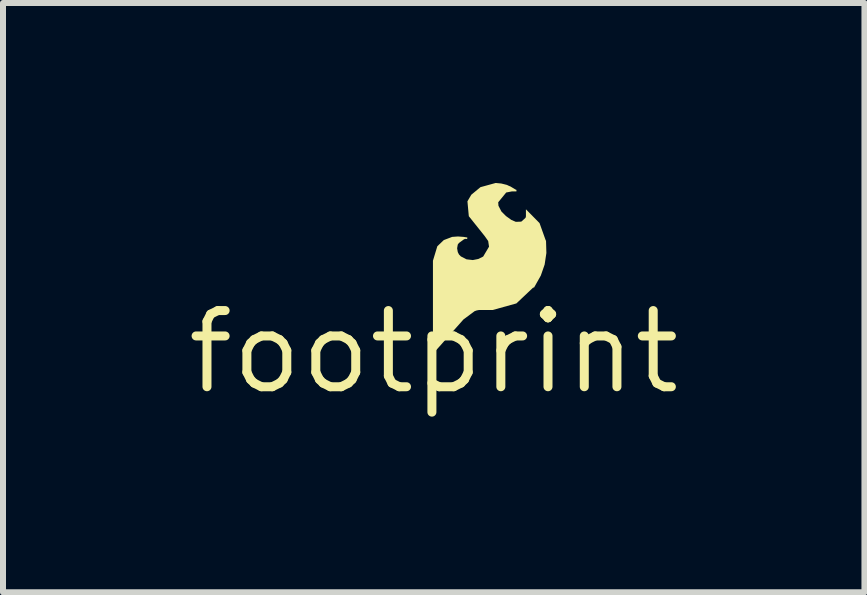
<source format=kicad_pcb>
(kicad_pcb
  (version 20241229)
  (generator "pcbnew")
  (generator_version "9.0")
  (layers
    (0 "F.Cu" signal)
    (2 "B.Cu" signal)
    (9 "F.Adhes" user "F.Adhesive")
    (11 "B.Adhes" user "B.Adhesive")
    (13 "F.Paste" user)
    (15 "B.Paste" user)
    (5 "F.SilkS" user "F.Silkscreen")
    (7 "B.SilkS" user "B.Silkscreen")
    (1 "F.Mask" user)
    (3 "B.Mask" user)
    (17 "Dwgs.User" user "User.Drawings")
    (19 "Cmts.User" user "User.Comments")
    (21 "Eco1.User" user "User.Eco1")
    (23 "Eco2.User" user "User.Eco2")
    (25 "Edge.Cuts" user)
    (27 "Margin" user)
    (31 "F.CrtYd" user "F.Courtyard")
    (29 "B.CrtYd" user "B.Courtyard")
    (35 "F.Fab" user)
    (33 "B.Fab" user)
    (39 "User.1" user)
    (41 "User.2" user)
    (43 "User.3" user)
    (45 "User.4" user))
  (footprint "footprint"
    (layer "F.Cu")
    (at 4.18 2.817)
    (property "Reference" "footprint" (at 0 0 0) (layer "F.SilkS") (effects (font (size 1.27 1.27) (thickness 0.15))))
    (fp_poly (pts (xy 1.126 -2.808) (xy 1.215 -2.786) (xy 1.228 -2.781) (xy 1.24 -2.775) (xy 1.257 -2.767) (xy 1.276 -2.76) (xy 1.372 -2.703) (xy 1.379 -2.703) (xy 1.379 -2.677) (xy 1.307 -2.677) (xy 1.208 -2.658) (xy 1.075 -2.495) (xy 1.079 -2.437) (xy 1.128 -2.342) (xy 1.205 -2.265) (xy 1.294 -2.201) (xy 1.369 -2.169) (xy 1.451 -2.172) (xy 1.459 -2.174) (xy 1.466 -2.177) (xy 1.531 -2.237) (xy 1.537 -2.26) (xy 1.537 -2.378) (xy 1.764 -2.148) (xy 1.868 -1.857) (xy 1.872 -1.857) (xy 1.878 -1.65) (xy 1.849 -1.457) (xy 1.785 -1.273) (xy 1.666 -1.062) (xy 1.666 -1.081) (xy 1.378 -0.809) (xy 0.982 -0.699) (xy 0.753 -0.699) (xy 0.716 -0.692) (xy 0.682 -0.68) (xy 0.496 -0.542) (xy -0.013 0.031) (xy -0.013 -1.521) (xy 0.06 -1.762) (xy 0.168 -1.865) (xy 0.307 -1.918) (xy 0.404 -1.925) (xy 0.499 -1.918) (xy 0.56 -1.908) (xy 0.558 -1.884) (xy 0.522 -1.885) (xy 0.502 -1.876) (xy 0.421 -1.817) (xy 0.401 -1.791) (xy 0.39 -1.728) (xy 0.401 -1.665) (xy 0.421 -1.625) (xy 0.452 -1.593) (xy 0.547 -1.544) (xy 0.652 -1.532) (xy 0.743 -1.55) (xy 0.824 -1.59) (xy 0.922 -1.755) (xy 0.908 -1.849) (xy 0.851 -1.93) (xy 0.585 -2.263) (xy 0.562 -2.511) (xy 0.627 -2.622) (xy 0.629 -2.623) (xy 0.779 -2.747) (xy 1.033 -2.817)) (stroke (width 0) (type solid)) (fill yes) (layer "F.SilkS")))
  (gr_rect
    (start -3 -3)
    (end 11.36 6.823)
    (stroke (width 0.1) (type default))
    (fill no)
    (layer "Edge.Cuts")))
</source>
